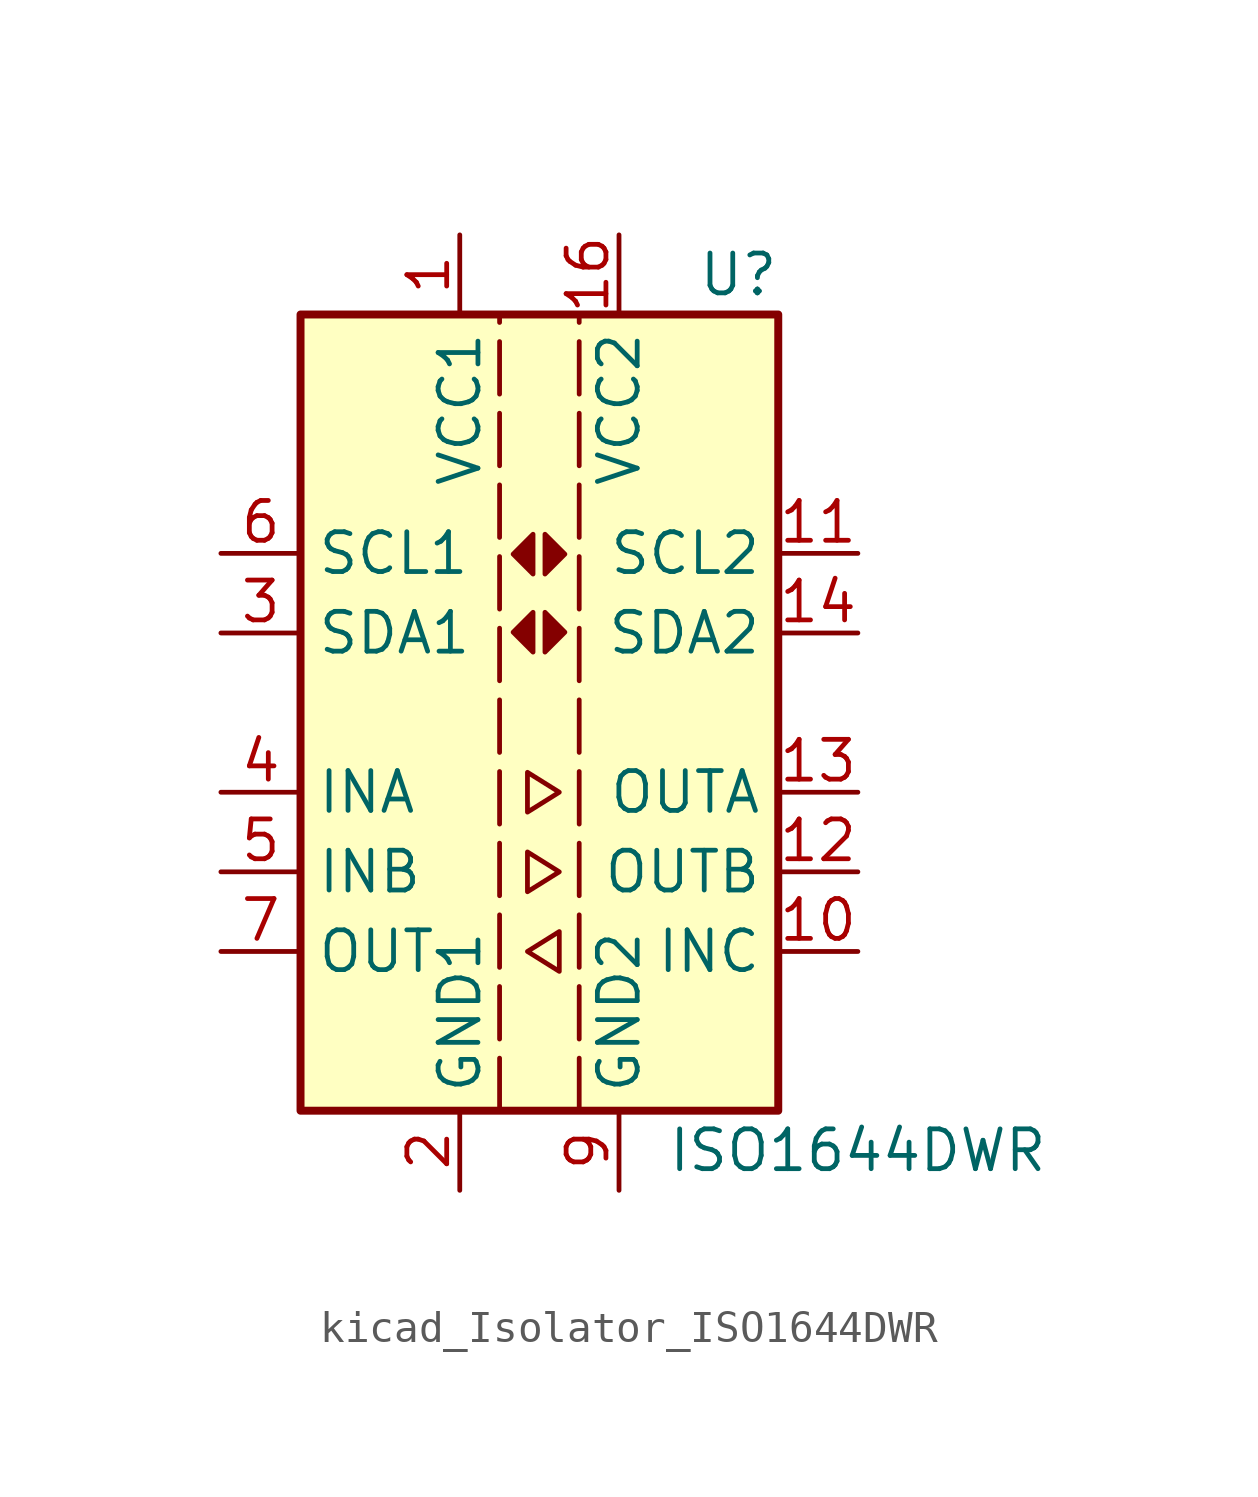
<source format=kicad_sym>
(kicad_symbol_lib
  (version 20220914)
  (generator kicad_symbol_editor)
  (symbol "kicad_Isolator_ISO1644DWR"
    (property "Reference" "U"
      (at 6.35 13.97 0)
      (effects (font (size 1.27 1.27))))
    (property "Value" "ISO1644DWR"
      (at 10.16 -13.97 0)
      (effects (font (size 1.27 1.27))))
    (symbol "kicad_Isolator_ISO1644DWR_1_1"
      (rectangle (start -7.62 12.7) (end 7.62 -12.7) (stroke (width 0.254) (type default)) (fill (type background)))
      (polyline (pts (xy -1.27 -12.7) (xy -1.27 12.7)) (stroke (width 0) (type dash)) (fill (type none)))
      (polyline (pts (xy 1.27 -12.7) (xy 1.27 12.7)) (stroke (width 0) (type dash)) (fill (type none)))
      (polyline (pts (xy -0.381 -4.445) (xy -0.381 -5.715) (xy 0.635 -5.08) (xy -0.381 -4.445)) (stroke (width 0) (type default)) (fill (type none)))
      (polyline (pts (xy -0.381 -1.905) (xy -0.381 -3.175) (xy 0.635 -2.54) (xy -0.381 -1.905)) (stroke (width 0) (type default)) (fill (type none)))
      (polyline (pts (xy -0.203 3.2) (xy -0.203 1.93) (xy -0.838 2.565) (xy -0.203 3.2)) (stroke (width 0) (type default)) (fill (type outline)))
      (polyline (pts (xy -0.203 5.69) (xy -0.203 4.42) (xy -0.838 5.055) (xy -0.203 5.69)) (stroke (width 0) (type default)) (fill (type outline)))
      (polyline (pts (xy 0.178 3.2) (xy 0.178 1.93) (xy 0.813 2.565) (xy 0.178 3.2)) (stroke (width 0) (type default)) (fill (type outline)))
      (polyline (pts (xy 0.178 5.69) (xy 0.178 4.42) (xy 0.813 5.055) (xy 0.178 5.69)) (stroke (width 0) (type default)) (fill (type outline)))
      (polyline (pts (xy 0.635 -6.985) (xy 0.635 -8.255) (xy -0.381 -7.62) (xy 0.635 -6.985)) (stroke (width 0) (type default)) (fill (type none)))
      (pin power_in line (at -2.54 15.24 270) (length 2.54) (name "VCC1" (effects (font (size 1.27 1.27)))) (number "1" (effects (font (size 1.27 1.27)))))
      (pin input line (at 10.16 -7.62 180) (length 2.54) (name "INC" (effects (font (size 1.27 1.27)))) (number "10" (effects (font (size 1.27 1.27)))))
      (pin bidirectional line (at 10.16 5.08 180) (length 2.54) (name "SCL2" (effects (font (size 1.27 1.27)))) (number "11" (effects (font (size 1.27 1.27)))))
      (pin output line (at 10.16 -5.08 180) (length 2.54) (name "OUTB" (effects (font (size 1.27 1.27)))) (number "12" (effects (font (size 1.27 1.27)))))
      (pin output line (at 10.16 -2.54 180) (length 2.54) (name "OUTA" (effects (font (size 1.27 1.27)))) (number "13" (effects (font (size 1.27 1.27)))))
      (pin bidirectional line (at 10.16 2.54 180) (length 2.54) (name "SDA2" (effects (font (size 1.27 1.27)))) (number "14" (effects (font (size 1.27 1.27)))))
      (pin passive line (at 2.54 -15.24 90) (length 2.54) hide (name "GND2" (effects (font (size 1.27 1.27)))) (number "15" (effects (font (size 1.27 1.27)))))
      (pin power_in line (at 2.54 15.24 270) (length 2.54) (name "VCC2" (effects (font (size 1.27 1.27)))) (number "16" (effects (font (size 1.27 1.27)))))
      (pin power_in line (at -2.54 -15.24 90) (length 2.54) (name "GND1" (effects (font (size 1.27 1.27)))) (number "2" (effects (font (size 1.27 1.27)))))
      (pin bidirectional line (at -10.16 2.54 0) (length 2.54) (name "SDA1" (effects (font (size 1.27 1.27)))) (number "3" (effects (font (size 1.27 1.27)))))
      (pin input line (at -10.16 -2.54 0) (length 2.54) (name "INA" (effects (font (size 1.27 1.27)))) (number "4" (effects (font (size 1.27 1.27)))))
      (pin input line (at -10.16 -5.08 0) (length 2.54) (name "INB" (effects (font (size 1.27 1.27)))) (number "5" (effects (font (size 1.27 1.27)))))
      (pin bidirectional line (at -10.16 5.08 0) (length 2.54) (name "SCL1" (effects (font (size 1.27 1.27)))) (number "6" (effects (font (size 1.27 1.27)))))
      (pin output line (at -10.16 -7.62 0) (length 2.54) (name "OUT" (effects (font (size 1.27 1.27)))) (number "7" (effects (font (size 1.27 1.27)))))
      (pin passive line (at -2.54 -15.24 90) (length 2.54) hide (name "GND1" (effects (font (size 1.27 1.27)))) (number "8" (effects (font (size 1.27 1.27)))))
      (pin power_in line (at 2.54 -15.24 90) (length 2.54) (name "GND2" (effects (font (size 1.27 1.27)))) (number "9" (effects (font (size 1.27 1.27))))))))
</source>
